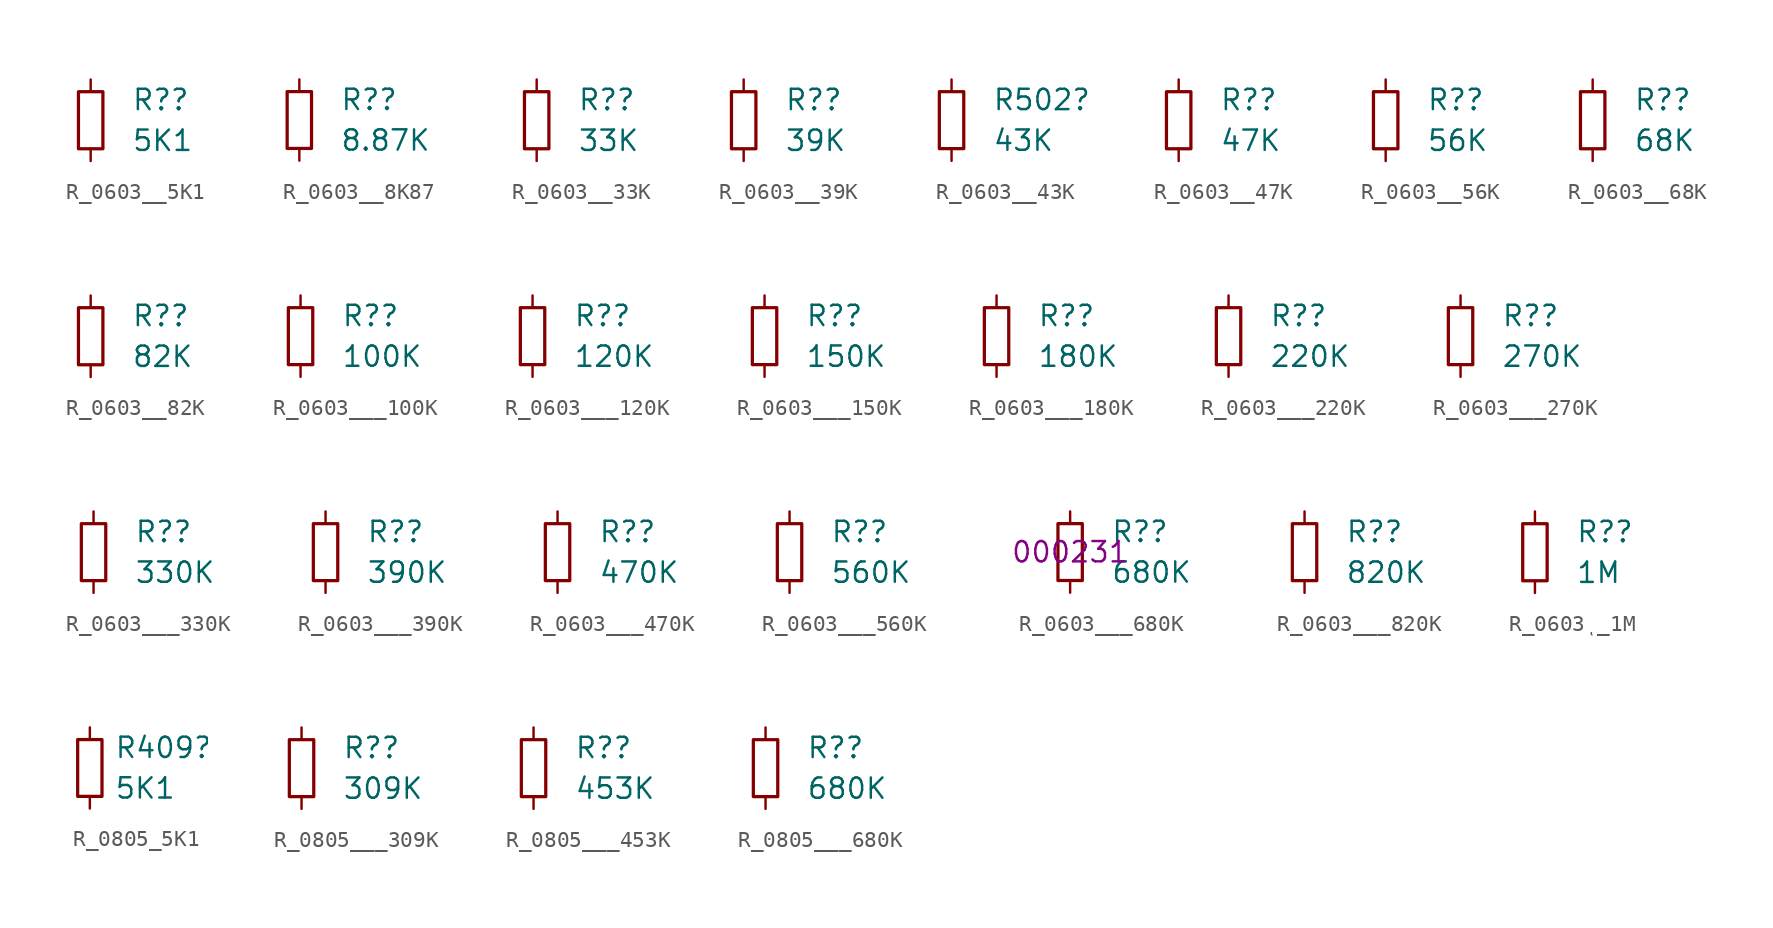
<source format=kicad_sym>
(kicad_symbol_lib
  (version 20231120)
  (generator "kicad_symbol_editor")
  (generator_version "8.0")
  (symbol "R_0603__5K1"
    (pin_numbers hide)
    (pin_names
      (offset 0.254) hide)
    (property "Reference" "R?"
      (at 2.54 1.27 0)
      (effects (font (size 1.27 1.27)) (justify left)))
    (property "Value" "5K1"
      (at 2.54 -1.27 0)
      (effects (font (size 1.27 1.27)) (justify left)))
    (symbol "R_0603__5K1_0_1"
      (rectangle (start -0.762 1.778) (end 0.762 -1.778) (stroke (width 0.203) (type default)) (fill (type none))))
    (symbol "R_0603__5K1_1_1"
      (pin passive line (at 0 2.54 270) (length 0.762) (name "~" (effects (font (size 1.27 1.27)))) (number "1" (effects (font (size 1.27 1.27)))))
      (pin passive line (at 0 -2.54 90) (length 0.762) (name "~" (effects (font (size 1.27 1.27)))) (number "2" (effects (font (size 1.27 1.27)))))))
  (symbol "R_0603__8K87"
    (pin_numbers hide)
    (pin_names
      (offset 0.254) hide)
    (property "Reference" "R?"
      (at 2.54 1.27 0)
      (effects (font (size 1.27 1.27)) (justify left)))
    (property "Value" "8.87K"
      (at 2.54 -1.27 0)
      (effects (font (size 1.27 1.27)) (justify left)))
    (symbol "R_0603__8K87_0_1"
      (rectangle (start -0.762 1.778) (end 0.762 -1.778) (stroke (width 0.203) (type default)) (fill (type none))))
    (symbol "R_0603__8K87_1_1"
      (pin passive line (at 0 2.54 270) (length 0.762) (name "~" (effects (font (size 1.27 1.27)))) (number "1" (effects (font (size 1.27 1.27)))))
      (pin passive line (at 0 -2.54 90) (length 0.762) (name "~" (effects (font (size 1.27 1.27)))) (number "2" (effects (font (size 1.27 1.27)))))))
  (symbol "R_0603__33K"
    (pin_numbers hide)
    (pin_names
      (offset 0.254) hide)
    (property "Reference" "R?"
      (at 2.54 1.27 0)
      (effects (font (size 1.27 1.27)) (justify left)))
    (property "Value" "33K"
      (at 2.54 -1.27 0)
      (effects (font (size 1.27 1.27)) (justify left)))
    (symbol "R_0603__33K_0_1"
      (rectangle (start -0.762 1.778) (end 0.762 -1.778) (stroke (width 0.203) (type default)) (fill (type none))))
    (symbol "R_0603__33K_1_1"
      (pin passive line (at 0 2.54 270) (length 0.762) (name "~" (effects (font (size 1.27 1.27)))) (number "1" (effects (font (size 1.27 1.27)))))
      (pin passive line (at 0 -2.54 90) (length 0.762) (name "~" (effects (font (size 1.27 1.27)))) (number "2" (effects (font (size 1.27 1.27)))))))
  (symbol "R_0603__39K"
    (pin_numbers hide)
    (pin_names
      (offset 0.254) hide)
    (property "Reference" "R?"
      (at 2.54 1.27 0)
      (effects (font (size 1.27 1.27)) (justify left)))
    (property "Value" "39K"
      (at 2.54 -1.27 0)
      (effects (font (size 1.27 1.27)) (justify left)))
    (symbol "R_0603__39K_0_1"
      (rectangle (start -0.762 1.778) (end 0.762 -1.778) (stroke (width 0.203) (type default)) (fill (type none))))
    (symbol "R_0603__39K_1_1"
      (pin passive line (at 0 2.54 270) (length 0.762) (name "~" (effects (font (size 1.27 1.27)))) (number "1" (effects (font (size 1.27 1.27)))))
      (pin passive line (at 0 -2.54 90) (length 0.762) (name "~" (effects (font (size 1.27 1.27)))) (number "2" (effects (font (size 1.27 1.27)))))))
  (symbol "R_0603__43K"
    (pin_numbers hide)
    (pin_names
      (offset 0.254) hide)
    (property "Reference" "R502"
      (at 2.54 1.27 0)
      (effects (font (size 1.27 1.27)) (justify left)))
    (property "Value" "43K"
      (at 2.54 -1.27 0)
      (effects (font (size 1.27 1.27)) (justify left)))
    (symbol "R_0603__43K_0_1"
      (rectangle (start -0.762 1.778) (end 0.762 -1.778) (stroke (width 0.203) (type default)) (fill (type none))))
    (symbol "R_0603__43K_1_1"
      (pin passive line (at 0 2.54 270) (length 0.762) (name "~" (effects (font (size 1.27 1.27)))) (number "1" (effects (font (size 1.27 1.27)))))
      (pin passive line (at 0 -2.54 90) (length 0.762) (name "~" (effects (font (size 1.27 1.27)))) (number "2" (effects (font (size 1.27 1.27)))))))
  (symbol "R_0603__47K"
    (pin_numbers hide)
    (pin_names
      (offset 0.254) hide)
    (property "Reference" "R?"
      (at 2.54 1.27 0)
      (effects (font (size 1.27 1.27)) (justify left)))
    (property "Value" "47K"
      (at 2.54 -1.27 0)
      (effects (font (size 1.27 1.27)) (justify left)))
    (symbol "R_0603__47K_0_1"
      (rectangle (start -0.762 1.778) (end 0.762 -1.778) (stroke (width 0.203) (type default)) (fill (type none))))
    (symbol "R_0603__47K_1_1"
      (pin passive line (at 0 2.54 270) (length 0.762) (name "~" (effects (font (size 1.27 1.27)))) (number "1" (effects (font (size 1.27 1.27)))))
      (pin passive line (at 0 -2.54 90) (length 0.762) (name "~" (effects (font (size 1.27 1.27)))) (number "2" (effects (font (size 1.27 1.27)))))))
  (symbol "R_0603__56K"
    (pin_numbers hide)
    (pin_names
      (offset 0.254) hide)
    (property "Reference" "R?"
      (at 2.54 1.27 0)
      (effects (font (size 1.27 1.27)) (justify left)))
    (property "Value" "56K"
      (at 2.54 -1.27 0)
      (effects (font (size 1.27 1.27)) (justify left)))
    (symbol "R_0603__56K_0_1"
      (rectangle (start -0.762 1.778) (end 0.762 -1.778) (stroke (width 0.203) (type default)) (fill (type none))))
    (symbol "R_0603__56K_1_1"
      (pin passive line (at 0 2.54 270) (length 0.762) (name "~" (effects (font (size 1.27 1.27)))) (number "1" (effects (font (size 1.27 1.27)))))
      (pin passive line (at 0 -2.54 90) (length 0.762) (name "~" (effects (font (size 1.27 1.27)))) (number "2" (effects (font (size 1.27 1.27)))))))
  (symbol "R_0603__68K"
    (pin_numbers hide)
    (pin_names
      (offset 0.254) hide)
    (property "Reference" "R?"
      (at 2.54 1.27 0)
      (effects (font (size 1.27 1.27)) (justify left)))
    (property "Value" "68K"
      (at 2.54 -1.27 0)
      (effects (font (size 1.27 1.27)) (justify left)))
    (symbol "R_0603__68K_0_1"
      (rectangle (start -0.762 1.778) (end 0.762 -1.778) (stroke (width 0.203) (type default)) (fill (type none))))
    (symbol "R_0603__68K_1_1"
      (pin passive line (at 0 2.54 270) (length 0.762) (name "~" (effects (font (size 1.27 1.27)))) (number "1" (effects (font (size 1.27 1.27)))))
      (pin passive line (at 0 -2.54 90) (length 0.762) (name "~" (effects (font (size 1.27 1.27)))) (number "2" (effects (font (size 1.27 1.27)))))))
  (symbol "R_0603__82K"
    (pin_numbers hide)
    (pin_names
      (offset 0.254) hide)
    (property "Reference" "R?"
      (at 2.54 1.27 0)
      (effects (font (size 1.27 1.27)) (justify left)))
    (property "Value" "82K"
      (at 2.54 -1.27 0)
      (effects (font (size 1.27 1.27)) (justify left)))
    (symbol "R_0603__82K_0_1"
      (rectangle (start -0.762 1.778) (end 0.762 -1.778) (stroke (width 0.203) (type default)) (fill (type none))))
    (symbol "R_0603__82K_1_1"
      (pin passive line (at 0 2.54 270) (length 0.762) (name "~" (effects (font (size 1.27 1.27)))) (number "1" (effects (font (size 1.27 1.27)))))
      (pin passive line (at 0 -2.54 90) (length 0.762) (name "~" (effects (font (size 1.27 1.27)))) (number "2" (effects (font (size 1.27 1.27)))))))
  (symbol "R_0603___100K"
    (pin_numbers hide)
    (pin_names
      (offset 0.254) hide)
    (property "Reference" "R?"
      (at 2.54 1.27 0)
      (effects (font (size 1.27 1.27)) (justify left)))
    (property "Value" "100K"
      (at 2.54 -1.27 0)
      (effects (font (size 1.27 1.27)) (justify left)))
    (symbol "R_0603___100K_0_1"
      (rectangle (start -0.762 1.778) (end 0.762 -1.778) (stroke (width 0.203) (type default)) (fill (type none))))
    (symbol "R_0603___100K_1_1"
      (pin passive line (at 0 2.54 270) (length 0.762) (name "~" (effects (font (size 1.27 1.27)))) (number "1" (effects (font (size 1.27 1.27)))))
      (pin passive line (at 0 -2.54 90) (length 0.762) (name "~" (effects (font (size 1.27 1.27)))) (number "2" (effects (font (size 1.27 1.27)))))))
  (symbol "R_0603___120K"
    (pin_numbers hide)
    (pin_names
      (offset 0.254) hide)
    (property "Reference" "R?"
      (at 2.54 1.27 0)
      (effects (font (size 1.27 1.27)) (justify left)))
    (property "Value" "120K"
      (at 2.54 -1.27 0)
      (effects (font (size 1.27 1.27)) (justify left)))
    (symbol "R_0603___120K_0_1"
      (rectangle (start -0.762 1.778) (end 0.762 -1.778) (stroke (width 0.203) (type default)) (fill (type none))))
    (symbol "R_0603___120K_1_1"
      (pin passive line (at 0 2.54 270) (length 0.762) (name "~" (effects (font (size 1.27 1.27)))) (number "1" (effects (font (size 1.27 1.27)))))
      (pin passive line (at 0 -2.54 90) (length 0.762) (name "~" (effects (font (size 1.27 1.27)))) (number "2" (effects (font (size 1.27 1.27)))))))
  (symbol "R_0603___150K"
    (pin_numbers hide)
    (pin_names
      (offset 0.254) hide)
    (property "Reference" "R?"
      (at 2.54 1.27 0)
      (effects (font (size 1.27 1.27)) (justify left)))
    (property "Value" "150K"
      (at 2.54 -1.27 0)
      (effects (font (size 1.27 1.27)) (justify left)))
    (symbol "R_0603___150K_0_1"
      (rectangle (start -0.762 1.778) (end 0.762 -1.778) (stroke (width 0.203) (type default)) (fill (type none))))
    (symbol "R_0603___150K_1_1"
      (pin passive line (at 0 2.54 270) (length 0.762) (name "~" (effects (font (size 1.27 1.27)))) (number "1" (effects (font (size 1.27 1.27)))))
      (pin passive line (at 0 -2.54 90) (length 0.762) (name "~" (effects (font (size 1.27 1.27)))) (number "2" (effects (font (size 1.27 1.27)))))))
  (symbol "R_0603___180K"
    (pin_numbers hide)
    (pin_names
      (offset 0.254) hide)
    (property "Reference" "R?"
      (at 2.54 1.27 0)
      (effects (font (size 1.27 1.27)) (justify left)))
    (property "Value" "180K"
      (at 2.54 -1.27 0)
      (effects (font (size 1.27 1.27)) (justify left)))
    (symbol "R_0603___180K_0_1"
      (rectangle (start -0.762 1.778) (end 0.762 -1.778) (stroke (width 0.203) (type default)) (fill (type none))))
    (symbol "R_0603___180K_1_1"
      (pin passive line (at 0 2.54 270) (length 0.762) (name "~" (effects (font (size 1.27 1.27)))) (number "1" (effects (font (size 1.27 1.27)))))
      (pin passive line (at 0 -2.54 90) (length 0.762) (name "~" (effects (font (size 1.27 1.27)))) (number "2" (effects (font (size 1.27 1.27)))))))
  (symbol "R_0603___220K"
    (pin_numbers hide)
    (pin_names
      (offset 0.254) hide)
    (property "Reference" "R?"
      (at 2.54 1.27 0)
      (effects (font (size 1.27 1.27)) (justify left)))
    (property "Value" "220K"
      (at 2.54 -1.27 0)
      (effects (font (size 1.27 1.27)) (justify left)))
    (symbol "R_0603___220K_0_1"
      (rectangle (start -0.762 1.778) (end 0.762 -1.778) (stroke (width 0.203) (type default)) (fill (type none))))
    (symbol "R_0603___220K_1_1"
      (pin passive line (at 0 2.54 270) (length 0.762) (name "~" (effects (font (size 1.27 1.27)))) (number "1" (effects (font (size 1.27 1.27)))))
      (pin passive line (at 0 -2.54 90) (length 0.762) (name "~" (effects (font (size 1.27 1.27)))) (number "2" (effects (font (size 1.27 1.27)))))))
  (symbol "R_0603___270K"
    (pin_numbers hide)
    (pin_names
      (offset 0.254) hide)
    (property "Reference" "R?"
      (at 2.54 1.27 0)
      (effects (font (size 1.27 1.27)) (justify left)))
    (property "Value" "270K"
      (at 2.54 -1.27 0)
      (effects (font (size 1.27 1.27)) (justify left)))
    (symbol "R_0603___270K_0_1"
      (rectangle (start -0.762 1.778) (end 0.762 -1.778) (stroke (width 0.203) (type default)) (fill (type none))))
    (symbol "R_0603___270K_1_1"
      (pin passive line (at 0 2.54 270) (length 0.762) (name "~" (effects (font (size 1.27 1.27)))) (number "1" (effects (font (size 1.27 1.27)))))
      (pin passive line (at 0 -2.54 90) (length 0.762) (name "~" (effects (font (size 1.27 1.27)))) (number "2" (effects (font (size 1.27 1.27)))))))
  (symbol "R_0603___330K"
    (pin_numbers hide)
    (pin_names
      (offset 0.254) hide)
    (property "Reference" "R?"
      (at 2.54 1.27 0)
      (effects (font (size 1.27 1.27)) (justify left)))
    (property "Value" "330K"
      (at 2.54 -1.27 0)
      (effects (font (size 1.27 1.27)) (justify left)))
    (symbol "R_0603___330K_0_1"
      (rectangle (start -0.762 1.778) (end 0.762 -1.778) (stroke (width 0.203) (type default)) (fill (type none))))
    (symbol "R_0603___330K_1_1"
      (pin passive line (at 0 2.54 270) (length 0.762) (name "~" (effects (font (size 1.27 1.27)))) (number "1" (effects (font (size 1.27 1.27)))))
      (pin passive line (at 0 -2.54 90) (length 0.762) (name "~" (effects (font (size 1.27 1.27)))) (number "2" (effects (font (size 1.27 1.27)))))))
  (symbol "R_0603___390K"
    (pin_numbers hide)
    (pin_names
      (offset 0.254) hide)
    (property "Reference" "R?"
      (at 2.54 1.27 0)
      (effects (font (size 1.27 1.27)) (justify left)))
    (property "Value" "390K"
      (at 2.54 -1.27 0)
      (effects (font (size 1.27 1.27)) (justify left)))
    (symbol "R_0603___390K_0_1"
      (rectangle (start -0.762 1.778) (end 0.762 -1.778) (stroke (width 0.203) (type default)) (fill (type none))))
    (symbol "R_0603___390K_1_1"
      (pin passive line (at 0 2.54 270) (length 0.762) (name "~" (effects (font (size 1.27 1.27)))) (number "1" (effects (font (size 1.27 1.27)))))
      (pin passive line (at 0 -2.54 90) (length 0.762) (name "~" (effects (font (size 1.27 1.27)))) (number "2" (effects (font (size 1.27 1.27)))))))
  (symbol "R_0603___470K"
    (pin_numbers hide)
    (pin_names
      (offset 0.254) hide)
    (property "Reference" "R?"
      (at 2.54 1.27 0)
      (effects (font (size 1.27 1.27)) (justify left)))
    (property "Value" "470K"
      (at 2.54 -1.27 0)
      (effects (font (size 1.27 1.27)) (justify left)))
    (symbol "R_0603___470K_0_1"
      (rectangle (start -0.762 1.778) (end 0.762 -1.778) (stroke (width 0.203) (type default)) (fill (type none))))
    (symbol "R_0603___470K_1_1"
      (pin passive line (at 0 2.54 270) (length 0.762) (name "~" (effects (font (size 1.27 1.27)))) (number "1" (effects (font (size 1.27 1.27)))))
      (pin passive line (at 0 -2.54 90) (length 0.762) (name "~" (effects (font (size 1.27 1.27)))) (number "2" (effects (font (size 1.27 1.27)))))))
  (symbol "R_0603___560K"
    (pin_numbers hide)
    (pin_names
      (offset 0.254) hide)
    (property "Reference" "R?"
      (at 2.54 1.27 0)
      (effects (font (size 1.27 1.27)) (justify left)))
    (property "Value" "560K"
      (at 2.54 -1.27 0)
      (effects (font (size 1.27 1.27)) (justify left)))
    (symbol "R_0603___560K_0_1"
      (rectangle (start -0.762 1.778) (end 0.762 -1.778) (stroke (width 0.203) (type default)) (fill (type none))))
    (symbol "R_0603___560K_1_1"
      (pin passive line (at 0 2.54 270) (length 0.762) (name "~" (effects (font (size 1.27 1.27)))) (number "1" (effects (font (size 1.27 1.27)))))
      (pin passive line (at 0 -2.54 90) (length 0.762) (name "~" (effects (font (size 1.27 1.27)))) (number "2" (effects (font (size 1.27 1.27)))))))
  (symbol "R_0603___680K"
    (pin_numbers hide)
    (pin_names
      (offset 0.254) hide)
    (property "Reference" "R?"
      (at 2.54 1.27 0)
      (effects (font (size 1.27 1.27)) (justify left)))
    (property "Value" "680K"
      (at 2.54 -1.27 0)
      (effects (font (size 1.27 1.27)) (justify left)))
    (property "Makso alternative" "000231"
      (at 0 0 0)
      (effects (font (size 1.27 1.27))))
    (symbol "R_0603___680K_0_1"
      (rectangle (start -0.762 1.778) (end 0.762 -1.778) (stroke (width 0.203) (type default)) (fill (type none))))
    (symbol "R_0603___680K_1_1"
      (pin passive line (at 0 2.54 270) (length 0.762) (name "~" (effects (font (size 1.27 1.27)))) (number "1" (effects (font (size 1.27 1.27)))))
      (pin passive line (at 0 -2.54 90) (length 0.762) (name "~" (effects (font (size 1.27 1.27)))) (number "2" (effects (font (size 1.27 1.27)))))))
  (symbol "R_0603___820K"
    (pin_numbers hide)
    (pin_names
      (offset 0.254) hide)
    (property "Reference" "R?"
      (at 2.54 1.27 0)
      (effects (font (size 1.27 1.27)) (justify left)))
    (property "Value" "820K"
      (at 2.54 -1.27 0)
      (effects (font (size 1.27 1.27)) (justify left)))
    (symbol "R_0603___820K_0_1"
      (rectangle (start -0.762 1.778) (end 0.762 -1.778) (stroke (width 0.203) (type default)) (fill (type none))))
    (symbol "R_0603___820K_1_1"
      (pin passive line (at 0 2.54 270) (length 0.762) (name "~" (effects (font (size 1.27 1.27)))) (number "1" (effects (font (size 1.27 1.27)))))
      (pin passive line (at 0 -2.54 90) (length 0.762) (name "~" (effects (font (size 1.27 1.27)))) (number "2" (effects (font (size 1.27 1.27)))))))
  (symbol "R_0603ͺ_1M"
    (pin_numbers hide)
    (pin_names
      (offset 0.254) hide)
    (property "Reference" "R?"
      (at 2.54 1.27 0)
      (effects (font (size 1.27 1.27)) (justify left)))
    (property "Value" "1M"
      (at 2.54 -1.27 0)
      (effects (font (size 1.27 1.27)) (justify left)))
    (symbol "R_0603ͺ_1M_0_1"
      (rectangle (start -0.762 1.778) (end 0.762 -1.778) (stroke (width 0.203) (type default)) (fill (type none))))
    (symbol "R_0603ͺ_1M_1_1"
      (pin passive line (at 0 2.54 270) (length 0.762) (name "~" (effects (font (size 1.27 1.27)))) (number "1" (effects (font (size 1.27 1.27)))))
      (pin passive line (at 0 -2.54 90) (length 0.762) (name "~" (effects (font (size 1.27 1.27)))) (number "2" (effects (font (size 1.27 1.27)))))))
  (symbol "R_0805_5K1"
    (pin_numbers hide)
    (pin_names
      (offset 0.254) hide)
    (property "Reference" "R409"
      (at 1.524 1.27 0)
      (effects (font (size 1.27 1.27)) (justify left)))
    (property "Value" "5K1"
      (at 1.524 -1.27 0)
      (effects (font (size 1.27 1.27)) (justify left)))
    (symbol "R_0805_5K1_0_1"
      (rectangle (start -0.762 1.778) (end 0.762 -1.778) (stroke (width 0.203) (type default)) (fill (type none))))
    (symbol "R_0805_5K1_1_1"
      (pin passive line (at 0 2.54 270) (length 0.762) (name "~" (effects (font (size 1.27 1.27)))) (number "1" (effects (font (size 1.27 1.27)))))
      (pin passive line (at 0 -2.54 90) (length 0.762) (name "~" (effects (font (size 1.27 1.27)))) (number "2" (effects (font (size 1.27 1.27)))))))
  (symbol "R_0805___309K"
    (pin_numbers hide)
    (pin_names
      (offset 0.254) hide)
    (property "Reference" "R?"
      (at 2.54 1.27 0)
      (effects (font (size 1.27 1.27)) (justify left)))
    (property "Value" "309K"
      (at 2.54 -1.27 0)
      (effects (font (size 1.27 1.27)) (justify left)))
    (symbol "R_0805___309K_0_1"
      (rectangle (start -0.762 1.778) (end 0.762 -1.778) (stroke (width 0.203) (type default)) (fill (type none))))
    (symbol "R_0805___309K_1_1"
      (pin passive line (at 0 2.54 270) (length 0.762) (name "~" (effects (font (size 1.27 1.27)))) (number "1" (effects (font (size 1.27 1.27)))))
      (pin passive line (at 0 -2.54 90) (length 0.762) (name "~" (effects (font (size 1.27 1.27)))) (number "2" (effects (font (size 1.27 1.27)))))))
  (symbol "R_0805___453K"
    (pin_numbers hide)
    (pin_names
      (offset 0.254) hide)
    (property "Reference" "R?"
      (at 2.54 1.27 0)
      (effects (font (size 1.27 1.27)) (justify left)))
    (property "Value" "453K"
      (at 2.54 -1.27 0)
      (effects (font (size 1.27 1.27)) (justify left)))
    (symbol "R_0805___453K_0_1"
      (rectangle (start -0.762 1.778) (end 0.762 -1.778) (stroke (width 0.203) (type default)) (fill (type none))))
    (symbol "R_0805___453K_1_1"
      (pin passive line (at 0 2.54 270) (length 0.762) (name "~" (effects (font (size 1.27 1.27)))) (number "1" (effects (font (size 1.27 1.27)))))
      (pin passive line (at 0 -2.54 90) (length 0.762) (name "~" (effects (font (size 1.27 1.27)))) (number "2" (effects (font (size 1.27 1.27)))))))
  (symbol "R_0805___680K"
    (pin_numbers hide)
    (pin_names
      (offset 0.254) hide)
    (property "Reference" "R?"
      (at 2.54 1.27 0)
      (effects (font (size 1.27 1.27)) (justify left)))
    (property "Value" "680K"
      (at 2.54 -1.27 0)
      (effects (font (size 1.27 1.27)) (justify left)))
    (symbol "R_0805___680K_0_1"
      (rectangle (start -0.762 1.778) (end 0.762 -1.778) (stroke (width 0.203) (type default)) (fill (type none))))
    (symbol "R_0805___680K_1_1"
      (pin passive line (at 0 2.54 270) (length 0.762) (name "~" (effects (font (size 1.27 1.27)))) (number "1" (effects (font (size 1.27 1.27)))))
      (pin passive line (at 0 -2.54 90) (length 0.762) (name "~" (effects (font (size 1.27 1.27)))) (number "2" (effects (font (size 1.27 1.27))))))))
</source>
